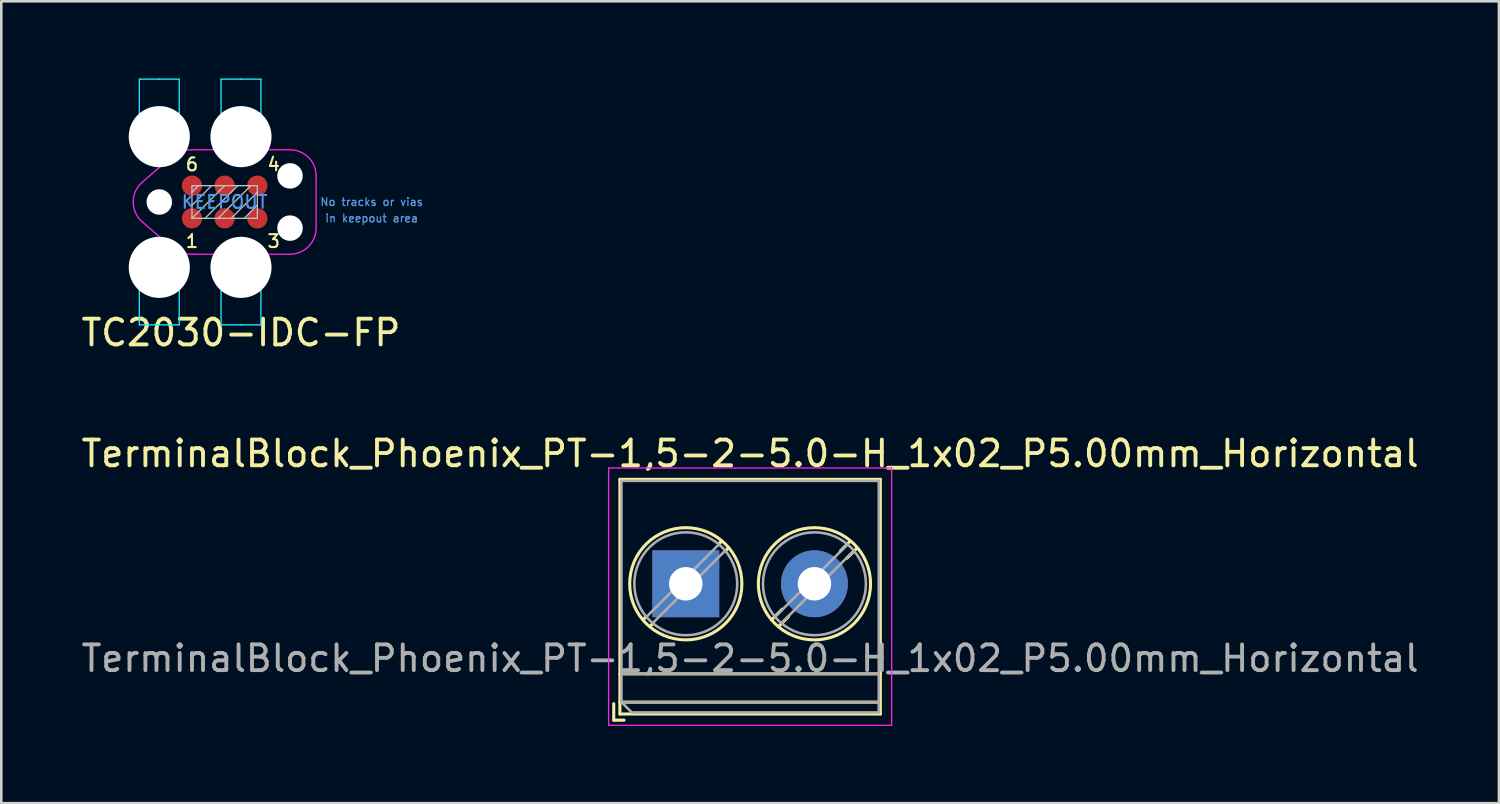
<source format=kicad_pcb>
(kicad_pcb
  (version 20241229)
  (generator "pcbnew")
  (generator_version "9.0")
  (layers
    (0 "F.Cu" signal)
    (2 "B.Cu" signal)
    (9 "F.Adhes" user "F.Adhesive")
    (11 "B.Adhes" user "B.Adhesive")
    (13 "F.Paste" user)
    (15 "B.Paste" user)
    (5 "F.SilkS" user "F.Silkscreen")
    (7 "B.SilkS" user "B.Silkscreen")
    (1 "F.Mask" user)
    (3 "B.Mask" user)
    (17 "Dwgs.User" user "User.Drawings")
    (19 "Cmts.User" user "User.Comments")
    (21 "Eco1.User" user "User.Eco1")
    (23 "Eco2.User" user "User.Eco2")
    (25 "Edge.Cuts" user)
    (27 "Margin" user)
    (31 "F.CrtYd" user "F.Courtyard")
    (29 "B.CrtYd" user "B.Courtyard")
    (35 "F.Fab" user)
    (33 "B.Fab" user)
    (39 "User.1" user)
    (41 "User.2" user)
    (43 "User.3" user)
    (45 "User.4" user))
  (footprint "TC2030-IDC-FP"
    (layer "F.Cu")
    (at 5.68 4.8)
    (property "Reference" "TC2030-IDC-FP" (at 0.635 5.08 0) (layer "F.SilkS") (effects (font (size 1 1) (thickness 0.15))))
    (attr exclude_from_pos_files exclude_from_bom)
    (fp_line (start -1.27 -0.381) (end -1.016 -0.635) (stroke (width 0.05) (type solid)) (layer "Dwgs.User"))
    (fp_line (start -1.27 0.127) (end -0.508 -0.635) (stroke (width 0.05) (type solid)) (layer "Dwgs.User"))
    (fp_line (start -1.27 0.635) (end -1.27 -0.635) (stroke (width 0.05) (type solid)) (layer "Dwgs.User"))
    (fp_line (start -1.27 0.635) (end 0 -0.635) (stroke (width 0.05) (type solid)) (layer "Dwgs.User"))
    (fp_line (start -0.762 0.635) (end 0.508 -0.635) (stroke (width 0.05) (type solid)) (layer "Dwgs.User"))
    (fp_line (start -0.254 0.635) (end 1.016 -0.635) (stroke (width 0.05) (type solid)) (layer "Dwgs.User"))
    (fp_line (start 0.254 0.635) (end 1.27 -0.381) (stroke (width 0.05) (type solid)) (layer "Dwgs.User"))
    (fp_line (start 0.762 0.635) (end 1.27 0.127) (stroke (width 0.05) (type solid)) (layer "Dwgs.User"))
    (fp_line (start 1.27 -0.635) (end -1.27 -0.635) (stroke (width 0.05) (type solid)) (layer "Dwgs.User"))
    (fp_line (start 1.27 -0.635) (end 1.27 0.635) (stroke (width 0.05) (type solid)) (layer "Dwgs.User"))
    (fp_line (start 1.27 0.635) (end -1.27 0.635) (stroke (width 0.05) (type solid)) (layer "Dwgs.User"))
    (fp_line (start -3.315 -4.775) (end -3.315 -3.442) (stroke (width 0.05) (type solid)) (layer "B.CrtYd"))
    (fp_line (start -3.315 -3.442) (end -1.765 -3.442) (stroke (width 0.05) (type solid)) (layer "B.CrtYd"))
    (fp_line (start -3.315 3.442) (end -1.765 3.442) (stroke (width 0.05) (type solid)) (layer "B.CrtYd"))
    (fp_line (start -3.315 4.775) (end -3.315 3.442) (stroke (width 0.05) (type solid)) (layer "B.CrtYd"))
    (fp_line (start -2.54 -4.775) (end -3.315 -4.775) (stroke (width 0.05) (type solid)) (layer "B.CrtYd"))
    (fp_line (start -2.54 -4.775) (end -1.765 -4.775) (stroke (width 0.05) (type solid)) (layer "B.CrtYd"))
    (fp_line (start -2.54 4.775) (end -3.315 4.775) (stroke (width 0.05) (type solid)) (layer "B.CrtYd"))
    (fp_line (start -2.54 4.775) (end -1.765 4.775) (stroke (width 0.05) (type solid)) (layer "B.CrtYd"))
    (fp_line (start -1.765 -4.775) (end -1.765 -3.442) (stroke (width 0.05) (type solid)) (layer "B.CrtYd"))
    (fp_line (start -1.765 4.775) (end -1.765 3.442) (stroke (width 0.05) (type solid)) (layer "B.CrtYd"))
    (fp_line (start -0.14 -4.775) (end -0.14 -3.442) (stroke (width 0.05) (type solid)) (layer "B.CrtYd"))
    (fp_line (start -0.14 -3.442) (end 1.41 -3.442) (stroke (width 0.05) (type solid)) (layer "B.CrtYd"))
    (fp_line (start -0.14 3.442) (end 1.41 3.442) (stroke (width 0.05) (type solid)) (layer "B.CrtYd"))
    (fp_line (start -0.14 4.775) (end -0.14 3.442) (stroke (width 0.05) (type solid)) (layer "B.CrtYd"))
    (fp_line (start 0.635 -4.775) (end -0.14 -4.775) (stroke (width 0.05) (type solid)) (layer "B.CrtYd"))
    (fp_line (start 0.635 -4.775) (end 1.41 -4.775) (stroke (width 0.05) (type solid)) (layer "B.CrtYd"))
    (fp_line (start 0.635 4.775) (end -0.14 4.775) (stroke (width 0.05) (type solid)) (layer "B.CrtYd"))
    (fp_line (start 0.635 4.775) (end 1.41 4.775) (stroke (width 0.05) (type solid)) (layer "B.CrtYd"))
    (fp_line (start 1.41 -4.775) (end 1.41 -3.442) (stroke (width 0.05) (type solid)) (layer "B.CrtYd"))
    (fp_line (start 1.41 4.775) (end 1.41 3.442) (stroke (width 0.05) (type solid)) (layer "B.CrtYd"))
    (fp_line (start -3.192 0.778) (end -1.968 1.843) (stroke (width 0.05) (type solid)) (layer "F.CrtYd"))
    (fp_line (start -1.968 -1.843) (end -3.192 -0.778) (stroke (width 0.05) (type solid)) (layer "F.CrtYd"))
    (fp_line (start 2.54 -2.03) (end -1.27 -2.03) (stroke (width 0.05) (type solid)) (layer "F.CrtYd"))
    (fp_line (start 2.54 2.03) (end -1.27 2.03) (stroke (width 0.05) (type solid)) (layer "F.CrtYd"))
    (fp_line (start 3.555 -1.015) (end 3.555 1.015) (stroke (width 0.05) (type solid)) (layer "F.CrtYd"))
    (fp_arc (start -3.555 0) (mid -3.459902 -0.428958) (end -3.192429 -0.777535) (stroke (width 0.05) (type solid)) (layer "F.CrtYd"))
    (fp_arc (start -3.192429 0.777535) (mid -3.459902 0.428958) (end -3.555 0) (stroke (width 0.05) (type solid)) (layer "F.CrtYd"))
    (fp_arc (start -1.9675 -1.843105) (mid -1.631053 -1.982466) (end -1.27 -2.03) (stroke (width 0.05) (type solid)) (layer "F.CrtYd"))
    (fp_arc (start -1.27 2.03) (mid -1.631053 1.982466) (end -1.9675 1.843105) (stroke (width 0.05) (type solid)) (layer "F.CrtYd"))
    (fp_arc (start 2.54 -2.03) (mid 3.257713 -1.732713) (end 3.555 -1.015) (stroke (width 0.05) (type solid)) (layer "F.CrtYd"))
    (fp_arc (start 3.555 1.015) (mid 3.257713 1.732713) (end 2.54 2.03) (stroke (width 0.05) (type solid)) (layer "F.CrtYd"))
    (fp_text user "4" (at 1.905 -1.46 0) (layer "F.SilkS") (effects (font (size 0.5 0.5) (thickness 0.08))))
    (fp_text user "3" (at 1.905 1.524 0) (layer "F.SilkS") (effects (font (size 0.5 0.5) (thickness 0.08))))
    (fp_text user "6" (at -1.27 -1.46 0) (layer "F.SilkS") (effects (font (size 0.5 0.5) (thickness 0.08))))
    (fp_text user "1" (at -1.27 1.524 0) (layer "F.SilkS") (effects (font (size 0.5 0.5) (thickness 0.08))))
    (fp_text user "KEEPOUT" (at 0 0 0) (layer "Cmts.User") (effects (font (size 0.5 0.5) (thickness 0.08))))
    (fp_text user "in keepout area" (at 5.715 0.635 0) (layer "Cmts.User") (effects (font (size 0.3 0.3) (thickness 0.05))))
    (fp_text user "No tracks or vias" (at 5.715 0 0) (layer "Cmts.User") (effects (font (size 0.3 0.3) (thickness 0.05))))
    (pad "" np_thru_hole circle (at -2.54 -2.54) (size 2.375 2.375) (drill 2.375) (layers "*.Cu" "*.Mask"))
    (pad "" np_thru_hole circle (at -2.54 0) (size 0.991 0.991) (drill 0.991) (layers "*.Cu" "*.Mask"))
    (pad "" np_thru_hole circle (at -2.54 2.54) (size 2.375 2.375) (drill 2.375) (layers "*.Cu" "*.Mask"))
    (pad "" np_thru_hole circle (at 0.635 -2.54) (size 2.375 2.375) (drill 2.375) (layers "*.Cu" "*.Mask"))
    (pad "" np_thru_hole circle (at 0.635 2.54) (size 2.375 2.375) (drill 2.375) (layers "*.Cu" "*.Mask"))
    (pad "" np_thru_hole circle (at 2.54 -1.015) (size 0.991 0.991) (drill 0.991) (layers "*.Cu" "*.Mask"))
    (pad "" np_thru_hole circle (at 2.54 1.015) (size 0.991 0.991) (drill 0.991) (layers "*.Cu" "*.Mask"))
    (pad "1" smd circle (at -1.27 0.635) (size 0.787 0.787) (layers "F.Cu" "F.Mask"))
    (pad "2" smd circle (at 0 0.635) (size 0.787 0.787) (layers "F.Cu" "F.Mask"))
    (pad "3" smd circle (at 1.27 0.635) (size 0.787 0.787) (layers "F.Cu" "F.Mask"))
    (pad "4" smd circle (at 1.27 -0.635) (size 0.787 0.787) (layers "F.Cu" "F.Mask"))
    (pad "5" smd circle (at 0 -0.635) (size 0.787 0.787) (layers "F.Cu" "F.Mask"))
    (pad "6" smd circle (at -1.27 -0.635) (size 0.787 0.787) (layers "F.Cu" "F.Mask")))
  (footprint "TerminalBlock_Phoenix_PT-1,5-2-5.0-H_1x02_P5.00mm_Horizontal"
    (layer "F.Cu")
    (at 23.601 19.637)
    (property "Reference" "TerminalBlock_Phoenix_PT-1,5-2-5.0-H_1x02_P5.00mm_Horizontal" (at 2.5 -5.06 0) (layer "F.SilkS") (effects (font (size 1 1) (thickness 0.15))))
    (attr through_hole)
    (fp_line (start -2.8 4.66) (end -2.8 5.3) (stroke (width 0.12) (type solid)) (layer "F.SilkS"))
    (fp_line (start -2.8 5.3) (end -2.4 5.3) (stroke (width 0.12) (type solid)) (layer "F.SilkS"))
    (fp_line (start -2.56 -4.06) (end -2.56 5.06) (stroke (width 0.12) (type solid)) (layer "F.SilkS"))
    (fp_line (start -2.56 -4.06) (end 7.56 -4.06) (stroke (width 0.12) (type solid)) (layer "F.SilkS"))
    (fp_line (start -2.56 3.5) (end 7.56 3.5) (stroke (width 0.12) (type solid)) (layer "F.SilkS"))
    (fp_line (start -2.56 4.6) (end 7.56 4.6) (stroke (width 0.12) (type solid)) (layer "F.SilkS"))
    (fp_line (start -2.56 5.06) (end 7.56 5.06) (stroke (width 0.12) (type solid)) (layer "F.SilkS"))
    (fp_line (start -1.548 1.281) (end -1.654 1.388) (stroke (width 0.12) (type solid)) (layer "F.SilkS"))
    (fp_line (start -1.282 1.547) (end -1.388 1.654) (stroke (width 0.12) (type solid)) (layer "F.SilkS"))
    (fp_line (start 1.388 -1.654) (end 1.281 -1.547) (stroke (width 0.12) (type solid)) (layer "F.SilkS"))
    (fp_line (start 1.654 -1.388) (end 1.547 -1.281) (stroke (width 0.12) (type solid)) (layer "F.SilkS"))
    (fp_line (start 3.742 0.992) (end 3.347 1.388) (stroke (width 0.12) (type solid)) (layer "F.SilkS"))
    (fp_line (start 3.993 1.274) (end 3.613 1.654) (stroke (width 0.12) (type solid)) (layer "F.SilkS"))
    (fp_line (start 6.388 -1.654) (end 6.008 -1.274) (stroke (width 0.12) (type solid)) (layer "F.SilkS"))
    (fp_line (start 6.654 -1.388) (end 6.259 -0.992) (stroke (width 0.12) (type solid)) (layer "F.SilkS"))
    (fp_line (start 7.56 -4.06) (end 7.56 5.06) (stroke (width 0.12) (type solid)) (layer "F.SilkS"))
    (fp_circle (center 0 0) (end 2.18 0) (stroke (width 0.12) (type solid)) (fill no) (layer "F.SilkS"))
    (fp_circle (center 5 0) (end 7.18 0) (stroke (width 0.12) (type solid)) (fill no) (layer "F.SilkS"))
    (fp_line (start -3 -4.5) (end -3 5.5) (stroke (width 0.05) (type solid)) (layer "F.CrtYd"))
    (fp_line (start -3 5.5) (end 8 5.5) (stroke (width 0.05) (type solid)) (layer "F.CrtYd"))
    (fp_line (start 8 -4.5) (end -3 -4.5) (stroke (width 0.05) (type solid)) (layer "F.CrtYd"))
    (fp_line (start 8 5.5) (end 8 -4.5) (stroke (width 0.05) (type solid)) (layer "F.CrtYd"))
    (fp_line (start -2.5 -4) (end 7.5 -4) (stroke (width 0.1) (type solid)) (layer "F.Fab"))
    (fp_line (start -2.5 3.5) (end 7.5 3.5) (stroke (width 0.1) (type solid)) (layer "F.Fab"))
    (fp_line (start -2.5 4.6) (end -2.5 -4) (stroke (width 0.1) (type solid)) (layer "F.Fab"))
    (fp_line (start -2.5 4.6) (end 7.5 4.6) (stroke (width 0.1) (type solid)) (layer "F.Fab"))
    (fp_line (start -2.1 5) (end -2.5 4.6) (stroke (width 0.1) (type solid)) (layer "F.Fab"))
    (fp_line (start 1.273 -1.517) (end -1.517 1.273) (stroke (width 0.1) (type solid)) (layer "F.Fab"))
    (fp_line (start 1.517 -1.273) (end -1.273 1.517) (stroke (width 0.1) (type solid)) (layer "F.Fab"))
    (fp_line (start 6.273 -1.517) (end 3.484 1.273) (stroke (width 0.1) (type solid)) (layer "F.Fab"))
    (fp_line (start 6.517 -1.273) (end 3.728 1.517) (stroke (width 0.1) (type solid)) (layer "F.Fab"))
    (fp_line (start 7.5 -4) (end 7.5 5) (stroke (width 0.1) (type solid)) (layer "F.Fab"))
    (fp_line (start 7.5 5) (end -2.1 5) (stroke (width 0.1) (type solid)) (layer "F.Fab"))
    (fp_circle (center 0 0) (end 2 0) (stroke (width 0.1) (type solid)) (fill no) (layer "F.Fab"))
    (fp_circle (center 5 0) (end 7 0) (stroke (width 0.1) (type solid)) (fill no) (layer "F.Fab"))
    (fp_text user "${REFERENCE}" (at 2.5 2.9 0) (layer "F.Fab") (effects (font (size 1 1) (thickness 0.15))))
    (pad "1" thru_hole rect (at 0 0) (size 2.6 2.6) (drill 1.3) (layers "*.Cu" "*.Mask"))
    (pad "2" thru_hole circle (at 5 0) (size 2.6 2.6) (drill 1.3) (layers "*.Cu" "*.Mask")))
  (gr_rect
    (start -3 -3)
    (end 55.202 28.162)
    (stroke (width 0.1) (type default))
    (fill no)
    (layer "Edge.Cuts")))
</source>
